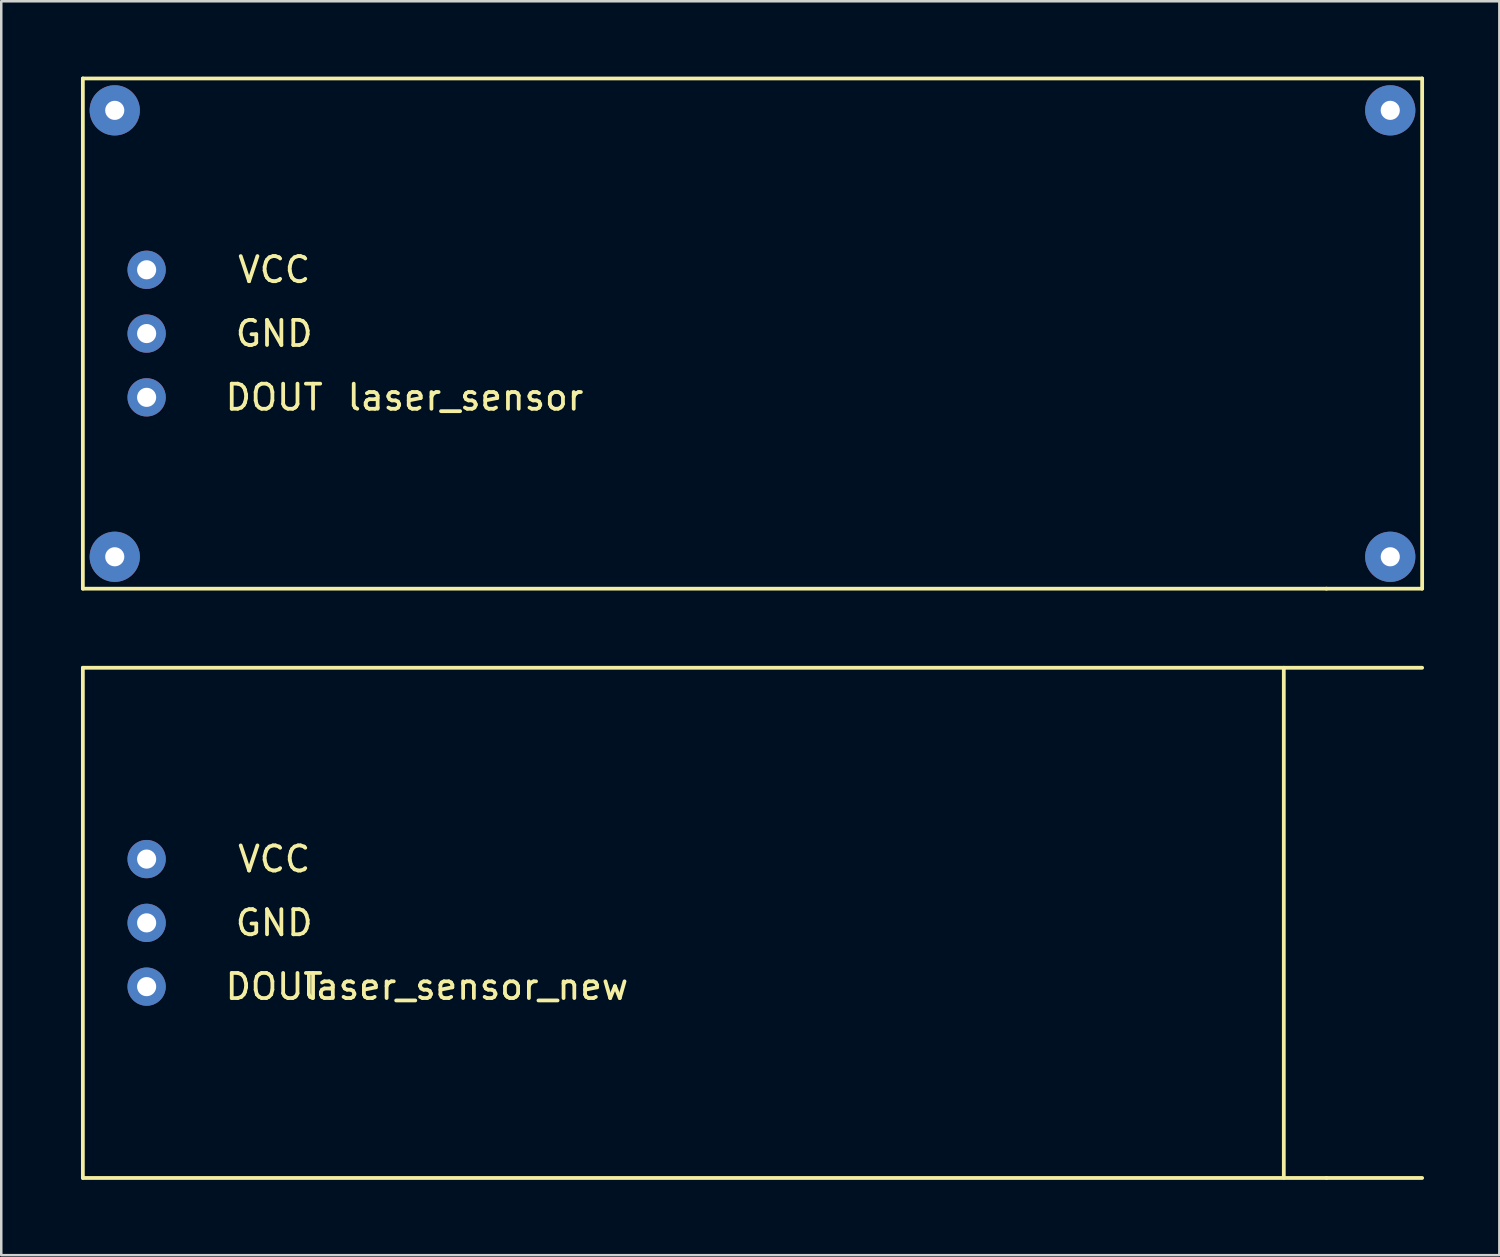
<source format=kicad_pcb>
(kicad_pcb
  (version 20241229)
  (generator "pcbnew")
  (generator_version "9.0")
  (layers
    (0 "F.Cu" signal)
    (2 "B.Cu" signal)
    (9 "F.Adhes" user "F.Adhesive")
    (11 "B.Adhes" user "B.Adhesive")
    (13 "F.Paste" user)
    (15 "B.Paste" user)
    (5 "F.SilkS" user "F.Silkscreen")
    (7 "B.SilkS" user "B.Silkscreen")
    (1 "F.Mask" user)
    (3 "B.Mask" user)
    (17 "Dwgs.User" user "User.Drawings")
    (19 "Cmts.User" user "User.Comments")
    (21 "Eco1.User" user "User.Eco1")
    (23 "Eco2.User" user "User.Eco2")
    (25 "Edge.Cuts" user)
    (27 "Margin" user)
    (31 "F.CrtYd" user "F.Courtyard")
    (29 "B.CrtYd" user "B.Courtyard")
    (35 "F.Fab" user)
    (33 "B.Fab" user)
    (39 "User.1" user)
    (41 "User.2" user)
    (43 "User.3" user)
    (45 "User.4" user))
  (footprint "laser_sensor"
    (layer "F.Cu")
    (at 0.25 10.235)
    (property "Reference" "laser_sensor" (at 15.24 2.54 0) (layer "F.SilkS") (effects (font (size 1 1) (thickness 0.15))))
    (attr through_hole)
    (fp_line (start 0 -10.16) (end 53.34 -10.16) (stroke (width 0.15) (type solid)) (layer "F.SilkS"))
    (fp_line (start 0 10.16) (end 0 -10.16) (stroke (width 0.15) (type solid)) (layer "F.SilkS"))
    (fp_line (start 49.53 10.16) (end 0 10.16) (stroke (width 0.15) (type solid)) (layer "F.SilkS"))
    (fp_line (start 53.34 -10.16) (end 53.34 10.16) (stroke (width 0.15) (type solid)) (layer "F.SilkS"))
    (fp_line (start 53.34 10.16) (end 49.53 10.16) (stroke (width 0.15) (type solid)) (layer "F.SilkS"))
    (fp_text user "VCC" (at 7.62 -2.54 0) (layer "F.SilkS") (effects (font (size 1 1) (thickness 0.15))))
    (fp_text user "GND" (at 7.62 0 0) (layer "F.SilkS") (effects (font (size 1 1) (thickness 0.15))))
    (fp_text user "DOUT" (at 7.62 2.54 0) (layer "F.SilkS") (effects (font (size 1 1) (thickness 0.15))))
    (pad "" np_thru_hole circle (at 1.27 -8.89) (size 2 2) (drill 0.762) (layers "*.Cu" "*.Mask"))
    (pad "" np_thru_hole circle (at 1.27 8.89) (size 2 2) (drill 0.762) (layers "*.Cu" "*.Mask"))
    (pad "" np_thru_hole circle (at 52.07 -8.89) (size 2 2) (drill 0.762) (layers "*.Cu" "*.Mask"))
    (pad "" np_thru_hole circle (at 52.07 8.89) (size 2 2) (drill 0.762) (layers "*.Cu" "*.Mask"))
    (pad "1" thru_hole circle (at 2.54 2.54) (size 1.524 1.524) (drill 0.762) (layers "*.Cu" "*.Mask"))
    (pad "2" thru_hole circle (at 2.54 0) (size 1.524 1.524) (drill 0.762) (layers "*.Cu" "*.Mask"))
    (pad "3" thru_hole circle (at 2.54 -2.54) (size 1.524 1.524) (drill 0.762) (layers "*.Cu" "*.Mask")))
  (footprint "laser_sensor_new"
    (layer "F.Cu")
    (at 0.25 33.705)
    (property "Reference" "laser_sensor_new" (at 15.24 2.54 0) (layer "F.SilkS") (effects (font (size 1 1) (thickness 0.15))))
    (attr through_hole)
    (fp_line (start 0 -10.16) (end 53.34 -10.16) (stroke (width 0.15) (type solid)) (layer "F.SilkS"))
    (fp_line (start 0 10.16) (end 0 -10.16) (stroke (width 0.15) (type solid)) (layer "F.SilkS"))
    (fp_line (start 47.83 10.15) (end 47.83 -10.16) (stroke (width 0.15) (type solid)) (layer "F.SilkS"))
    (fp_line (start 49.53 10.16) (end 0 10.16) (stroke (width 0.15) (type solid)) (layer "F.SilkS"))
    (fp_line (start 53.34 10.16) (end 49.53 10.16) (stroke (width 0.15) (type solid)) (layer "F.SilkS"))
    (fp_text user "VCC" (at 7.62 -2.54 0) (layer "F.SilkS") (effects (font (size 1 1) (thickness 0.15))))
    (fp_text user "DOUT" (at 7.62 2.54 0) (layer "F.SilkS") (effects (font (size 1 1) (thickness 0.15))))
    (fp_text user "GND" (at 7.62 0 0) (layer "F.SilkS") (effects (font (size 1 1) (thickness 0.15))))
    (pad "1" thru_hole circle (at 2.54 2.54) (size 1.524 1.524) (drill 0.762) (layers "*.Cu" "*.Mask"))
    (pad "2" thru_hole circle (at 2.54 0) (size 1.524 1.524) (drill 0.762) (layers "*.Cu" "*.Mask"))
    (pad "3" thru_hole circle (at 2.54 -2.54) (size 1.524 1.524) (drill 0.762) (layers "*.Cu" "*.Mask")))
  (gr_rect
    (start -3 -3)
    (end 56.665 46.94)
    (stroke (width 0.1) (type default))
    (fill no)
    (layer "Edge.Cuts")))
</source>
